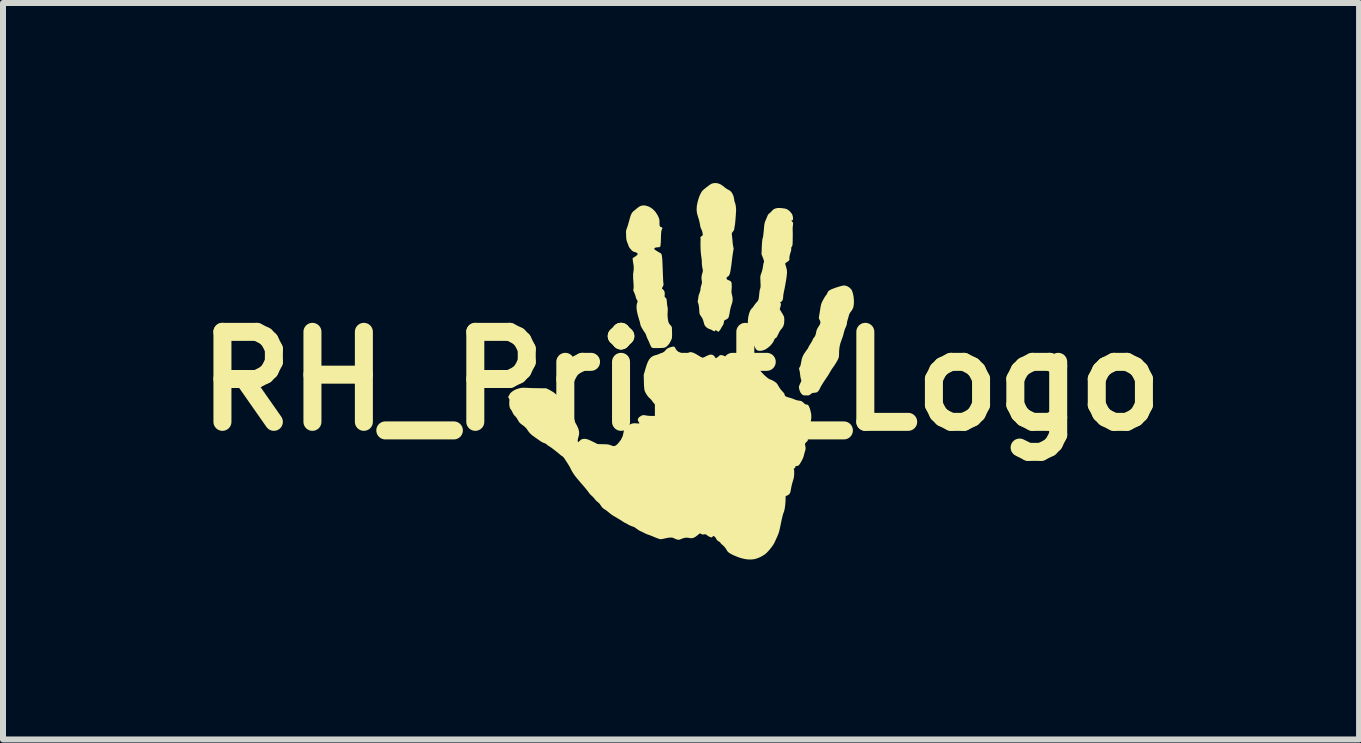
<source format=kicad_pcb>
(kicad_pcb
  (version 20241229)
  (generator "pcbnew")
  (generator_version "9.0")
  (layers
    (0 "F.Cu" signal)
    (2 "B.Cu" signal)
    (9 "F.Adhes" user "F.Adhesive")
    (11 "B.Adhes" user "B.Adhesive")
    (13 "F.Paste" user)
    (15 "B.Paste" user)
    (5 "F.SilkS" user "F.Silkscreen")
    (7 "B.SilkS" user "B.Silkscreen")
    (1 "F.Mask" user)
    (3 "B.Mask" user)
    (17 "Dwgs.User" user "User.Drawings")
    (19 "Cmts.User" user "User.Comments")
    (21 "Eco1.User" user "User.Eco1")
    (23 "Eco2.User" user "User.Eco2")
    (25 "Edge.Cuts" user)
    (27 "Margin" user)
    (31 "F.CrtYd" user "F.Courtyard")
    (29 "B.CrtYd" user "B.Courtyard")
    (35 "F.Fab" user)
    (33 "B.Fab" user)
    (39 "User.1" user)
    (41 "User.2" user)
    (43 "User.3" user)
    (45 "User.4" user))
  (footprint "RH_Print_Logo"
    (layer "F.Cu")
    (at 8.3 3.302)
    (property "Reference" "RH_Print_Logo" (at 0 0 0) (layer "F.SilkS") (effects (font (size 1.5 1.5) (thickness 0.3))))
    (attr board_only exclude_from_pos_files exclude_from_bom)
    (fp_poly (pts (xy 2.732 -1.593) (xy 2.77 -1.582) (xy 2.806 -1.56) (xy 2.836 -1.53) (xy 2.84 -1.524) (xy 2.856 -1.491) (xy 2.868 -1.447) (xy 2.877 -1.398) (xy 2.881 -1.345) (xy 2.881 -1.294) (xy 2.875 -1.249) (xy 2.87 -1.228) (xy 2.858 -1.2) (xy 2.841 -1.172) (xy 2.833 -1.162) (xy 2.816 -1.139) (xy 2.803 -1.113) (xy 2.8 -1.103) (xy 2.793 -1.079) (xy 2.785 -1.048) (xy 2.778 -1.027) (xy 2.77 -0.999) (xy 2.765 -0.973) (xy 2.764 -0.957) (xy 2.76 -0.937) (xy 2.751 -0.912) (xy 2.745 -0.899) (xy 2.734 -0.875) (xy 2.723 -0.844) (xy 2.714 -0.811) (xy 2.713 -0.806) (xy 2.704 -0.77) (xy 2.691 -0.729) (xy 2.677 -0.691) (xy 2.674 -0.684) (xy 2.655 -0.629) (xy 2.642 -0.572) (xy 2.635 -0.51) (xy 2.634 -0.461) (xy 2.633 -0.429) (xy 2.631 -0.405) (xy 2.625 -0.385) (xy 2.615 -0.362) (xy 2.606 -0.345) (xy 2.589 -0.314) (xy 2.567 -0.278) (xy 2.544 -0.244) (xy 2.537 -0.235) (xy 2.516 -0.205) (xy 2.497 -0.175) (xy 2.482 -0.149) (xy 2.477 -0.141) (xy 2.466 -0.121) (xy 2.449 -0.093) (xy 2.427 -0.061) (xy 2.405 -0.027) (xy 2.402 -0.024) (xy 2.378 0.012) (xy 2.355 0.049) (xy 2.334 0.083) (xy 2.32 0.11) (xy 2.32 0.111) (xy 2.303 0.145) (xy 2.287 0.168) (xy 2.271 0.182) (xy 2.252 0.19) (xy 2.226 0.193) (xy 2.223 0.193) (xy 2.196 0.197) (xy 2.178 0.203) (xy 2.163 0.214) (xy 2.16 0.217) (xy 2.149 0.228) (xy 2.137 0.234) (xy 2.121 0.237) (xy 2.096 0.238) (xy 2.087 0.238) (xy 2.059 0.238) (xy 2.041 0.236) (xy 2.028 0.23) (xy 2.016 0.22) (xy 2.009 0.214) (xy 1.992 0.191) (xy 1.978 0.16) (xy 1.968 0.128) (xy 1.965 0.099) (xy 1.966 0.088) (xy 1.972 0.071) (xy 1.982 0.047) (xy 1.99 0.03) (xy 2 0.008) (xy 2.005 -0.007) (xy 2.003 -0.02) (xy 1.999 -0.031) (xy 1.994 -0.05) (xy 1.989 -0.077) (xy 1.985 -0.108) (xy 1.984 -0.112) (xy 1.981 -0.142) (xy 1.976 -0.17) (xy 1.971 -0.189) (xy 1.971 -0.191) (xy 1.966 -0.207) (xy 1.969 -0.22) (xy 1.978 -0.234) (xy 1.988 -0.253) (xy 1.996 -0.281) (xy 2.003 -0.321) (xy 2.004 -0.324) (xy 2.013 -0.372) (xy 2.029 -0.416) (xy 2.053 -0.46) (xy 2.086 -0.507) (xy 2.095 -0.52) (xy 2.11 -0.539) (xy 2.119 -0.554) (xy 2.121 -0.56) (xy 2.125 -0.569) (xy 2.135 -0.587) (xy 2.149 -0.611) (xy 2.158 -0.624) (xy 2.173 -0.65) (xy 2.186 -0.672) (xy 2.193 -0.687) (xy 2.194 -0.69) (xy 2.198 -0.701) (xy 2.208 -0.717) (xy 2.211 -0.719) (xy 2.229 -0.744) (xy 2.241 -0.769) (xy 2.249 -0.799) (xy 2.252 -0.817) (xy 2.26 -0.849) (xy 2.273 -0.879) (xy 2.291 -0.907) (xy 2.312 -0.941) (xy 2.322 -0.968) (xy 2.322 -0.992) (xy 2.312 -1.016) (xy 2.309 -1.022) (xy 2.302 -1.034) (xy 2.298 -1.046) (xy 2.298 -1.06) (xy 2.3 -1.081) (xy 2.305 -1.106) (xy 2.311 -1.144) (xy 2.318 -1.188) (xy 2.324 -1.227) (xy 2.324 -1.227) (xy 2.33 -1.261) (xy 2.338 -1.29) (xy 2.35 -1.319) (xy 2.368 -1.354) (xy 2.384 -1.383) (xy 2.399 -1.408) (xy 2.412 -1.426) (xy 2.417 -1.433) (xy 2.429 -1.448) (xy 2.439 -1.469) (xy 2.439 -1.469) (xy 2.447 -1.488) (xy 2.46 -1.503) (xy 2.48 -1.517) (xy 2.507 -1.531) (xy 2.546 -1.546) (xy 2.594 -1.563) (xy 2.639 -1.577) (xy 2.673 -1.586) (xy 2.698 -1.592) (xy 2.717 -1.594)) (stroke (width 0) (type solid)) (fill yes) (layer "F.SilkS"))
    (fp_poly (pts (xy 1.659 -2.885) (xy 1.704 -2.88) (xy 1.737 -2.875) (xy 1.763 -2.866) (xy 1.785 -2.853) (xy 1.807 -2.835) (xy 1.816 -2.826) (xy 1.839 -2.8) (xy 1.853 -2.777) (xy 1.861 -2.752) (xy 1.861 -2.751) (xy 1.867 -2.718) (xy 1.865 -2.694) (xy 1.856 -2.68) (xy 1.847 -2.678) (xy 1.839 -2.677) (xy 1.84 -2.672) (xy 1.851 -2.66) (xy 1.852 -2.659) (xy 1.862 -2.648) (xy 1.867 -2.636) (xy 1.867 -2.62) (xy 1.865 -2.6) (xy 1.862 -2.573) (xy 1.86 -2.548) (xy 1.86 -2.537) (xy 1.861 -2.523) (xy 1.861 -2.497) (xy 1.862 -2.463) (xy 1.862 -2.422) (xy 1.861 -2.39) (xy 1.861 -2.344) (xy 1.86 -2.31) (xy 1.859 -2.285) (xy 1.857 -2.268) (xy 1.854 -2.257) (xy 1.849 -2.247) (xy 1.846 -2.244) (xy 1.836 -2.222) (xy 1.836 -2.209) (xy 1.837 -2.193) (xy 1.833 -2.171) (xy 1.831 -2.163) (xy 1.819 -2.127) (xy 1.811 -2.092) (xy 1.806 -2.063) (xy 1.806 -2.043) (xy 1.806 -2.041) (xy 1.807 -2.025) (xy 1.798 -2.009) (xy 1.778 -1.993) (xy 1.763 -1.983) (xy 1.745 -1.971) (xy 1.737 -1.962) (xy 1.737 -1.951) (xy 1.74 -1.94) (xy 1.753 -1.898) (xy 1.761 -1.865) (xy 1.765 -1.838) (xy 1.766 -1.813) (xy 1.766 -1.801) (xy 1.762 -1.767) (xy 1.757 -1.722) (xy 1.749 -1.672) (xy 1.74 -1.62) (xy 1.731 -1.57) (xy 1.722 -1.525) (xy 1.718 -1.507) (xy 1.711 -1.475) (xy 1.706 -1.444) (xy 1.703 -1.419) (xy 1.703 -1.415) (xy 1.7 -1.378) (xy 1.692 -1.349) (xy 1.68 -1.33) (xy 1.67 -1.325) (xy 1.656 -1.317) (xy 1.653 -1.307) (xy 1.659 -1.298) (xy 1.661 -1.297) (xy 1.666 -1.292) (xy 1.665 -1.28) (xy 1.661 -1.258) (xy 1.658 -1.246) (xy 1.645 -1.198) (xy 1.683 -1.135) (xy 1.7 -1.106) (xy 1.711 -1.085) (xy 1.717 -1.067) (xy 1.72 -1.049) (xy 1.721 -1.025) (xy 1.721 -1.014) (xy 1.717 -0.957) (xy 1.703 -0.912) (xy 1.681 -0.878) (xy 1.672 -0.869) (xy 1.657 -0.851) (xy 1.639 -0.822) (xy 1.621 -0.785) (xy 1.62 -0.784) (xy 1.605 -0.752) (xy 1.593 -0.731) (xy 1.583 -0.72) (xy 1.575 -0.716) (xy 1.561 -0.707) (xy 1.555 -0.694) (xy 1.541 -0.66) (xy 1.516 -0.623) (xy 1.484 -0.587) (xy 1.446 -0.555) (xy 1.406 -0.528) (xy 1.399 -0.525) (xy 1.364 -0.512) (xy 1.328 -0.505) (xy 1.294 -0.506) (xy 1.268 -0.514) (xy 1.264 -0.517) (xy 1.248 -0.534) (xy 1.231 -0.564) (xy 1.212 -0.607) (xy 1.192 -0.664) (xy 1.191 -0.665) (xy 1.179 -0.699) (xy 1.166 -0.73) (xy 1.153 -0.755) (xy 1.148 -0.763) (xy 1.138 -0.779) (xy 1.131 -0.796) (xy 1.125 -0.819) (xy 1.121 -0.85) (xy 1.118 -0.868) (xy 1.113 -0.94) (xy 1.114 -1.008) (xy 1.121 -1.071) (xy 1.134 -1.126) (xy 1.151 -1.172) (xy 1.174 -1.207) (xy 1.18 -1.213) (xy 1.198 -1.232) (xy 1.213 -1.252) (xy 1.217 -1.259) (xy 1.228 -1.276) (xy 1.245 -1.297) (xy 1.259 -1.313) (xy 1.273 -1.328) (xy 1.283 -1.343) (xy 1.29 -1.359) (xy 1.295 -1.38) (xy 1.299 -1.409) (xy 1.303 -1.448) (xy 1.305 -1.465) (xy 1.308 -1.496) (xy 1.313 -1.522) (xy 1.318 -1.54) (xy 1.319 -1.543) (xy 1.323 -1.555) (xy 1.325 -1.573) (xy 1.326 -1.601) (xy 1.324 -1.641) (xy 1.324 -1.655) (xy 1.322 -1.694) (xy 1.321 -1.722) (xy 1.322 -1.743) (xy 1.325 -1.761) (xy 1.33 -1.778) (xy 1.338 -1.798) (xy 1.338 -1.799) (xy 1.35 -1.834) (xy 1.359 -1.873) (xy 1.364 -1.9) (xy 1.368 -1.93) (xy 1.373 -1.957) (xy 1.378 -1.975) (xy 1.382 -1.987) (xy 1.383 -1.999) (xy 1.379 -2.015) (xy 1.371 -2.039) (xy 1.364 -2.057) (xy 1.341 -2.116) (xy 1.346 -2.24) (xy 1.348 -2.282) (xy 1.351 -2.319) (xy 1.354 -2.35) (xy 1.357 -2.371) (xy 1.359 -2.378) (xy 1.363 -2.388) (xy 1.367 -2.405) (xy 1.37 -2.429) (xy 1.374 -2.464) (xy 1.379 -2.509) (xy 1.384 -2.567) (xy 1.384 -2.57) (xy 1.389 -2.611) (xy 1.396 -2.644) (xy 1.407 -2.675) (xy 1.412 -2.685) (xy 1.424 -2.713) (xy 1.435 -2.74) (xy 1.442 -2.758) (xy 1.453 -2.778) (xy 1.466 -2.792) (xy 1.468 -2.793) (xy 1.483 -2.804) (xy 1.501 -2.822) (xy 1.509 -2.831) (xy 1.536 -2.859) (xy 1.568 -2.876) (xy 1.606 -2.885) (xy 1.654 -2.885)) (stroke (width 0) (type solid)) (fill yes) (layer "F.SilkS"))
    (fp_poly (pts (xy 0.613 -3.297) (xy 0.652 -3.283) (xy 0.693 -3.257) (xy 0.726 -3.231) (xy 0.75 -3.212) (xy 0.774 -3.197) (xy 0.789 -3.19) (xy 0.82 -3.171) (xy 0.847 -3.141) (xy 0.867 -3.102) (xy 0.876 -3.076) (xy 0.882 -3.049) (xy 0.886 -3.026) (xy 0.888 -3.013) (xy 0.891 -2.992) (xy 0.898 -2.979) (xy 0.903 -2.963) (xy 0.909 -2.938) (xy 0.914 -2.907) (xy 0.917 -2.876) (xy 0.918 -2.851) (xy 0.916 -2.821) (xy 0.914 -2.784) (xy 0.911 -2.742) (xy 0.908 -2.7) (xy 0.904 -2.661) (xy 0.901 -2.626) (xy 0.898 -2.601) (xy 0.895 -2.588) (xy 0.89 -2.563) (xy 0.888 -2.541) (xy 0.888 -2.538) (xy 0.882 -2.517) (xy 0.866 -2.493) (xy 0.865 -2.492) (xy 0.851 -2.474) (xy 0.846 -2.459) (xy 0.847 -2.44) (xy 0.85 -2.422) (xy 0.852 -2.394) (xy 0.856 -2.36) (xy 0.858 -2.335) (xy 0.861 -2.3) (xy 0.865 -2.269) (xy 0.869 -2.246) (xy 0.872 -2.235) (xy 0.877 -2.207) (xy 0.874 -2.188) (xy 0.871 -2.173) (xy 0.866 -2.146) (xy 0.861 -2.11) (xy 0.855 -2.068) (xy 0.849 -2.022) (xy 0.848 -2.012) (xy 0.84 -1.944) (xy 0.832 -1.89) (xy 0.825 -1.846) (xy 0.819 -1.813) (xy 0.812 -1.788) (xy 0.805 -1.77) (xy 0.797 -1.757) (xy 0.787 -1.748) (xy 0.778 -1.742) (xy 0.763 -1.732) (xy 0.759 -1.718) (xy 0.759 -1.712) (xy 0.764 -1.698) (xy 0.776 -1.688) (xy 0.792 -1.682) (xy 0.816 -1.672) (xy 0.831 -1.661) (xy 0.84 -1.646) (xy 0.844 -1.624) (xy 0.845 -1.591) (xy 0.845 -1.587) (xy 0.845 -1.557) (xy 0.843 -1.53) (xy 0.841 -1.511) (xy 0.841 -1.508) (xy 0.84 -1.491) (xy 0.843 -1.467) (xy 0.848 -1.443) (xy 0.859 -1.392) (xy 0.86 -1.347) (xy 0.852 -1.304) (xy 0.843 -1.278) (xy 0.834 -1.25) (xy 0.824 -1.213) (xy 0.816 -1.174) (xy 0.812 -1.151) (xy 0.806 -1.117) (xy 0.799 -1.087) (xy 0.793 -1.065) (xy 0.789 -1.055) (xy 0.776 -1.042) (xy 0.755 -1.028) (xy 0.746 -1.024) (xy 0.727 -1.014) (xy 0.718 -1.005) (xy 0.715 -0.992) (xy 0.714 -0.982) (xy 0.71 -0.957) (xy 0.701 -0.938) (xy 0.69 -0.92) (xy 0.676 -0.898) (xy 0.671 -0.888) (xy 0.658 -0.864) (xy 0.643 -0.843) (xy 0.63 -0.828) (xy 0.621 -0.823) (xy 0.613 -0.827) (xy 0.599 -0.837) (xy 0.599 -0.837) (xy 0.582 -0.849) (xy 0.573 -0.85) (xy 0.57 -0.841) (xy 0.57 -0.841) (xy 0.565 -0.832) (xy 0.552 -0.832) (xy 0.532 -0.84) (xy 0.528 -0.843) (xy 0.51 -0.854) (xy 0.485 -0.864) (xy 0.471 -0.869) (xy 0.438 -0.885) (xy 0.41 -0.909) (xy 0.391 -0.936) (xy 0.386 -0.951) (xy 0.373 -0.999) (xy 0.36 -1.037) (xy 0.343 -1.067) (xy 0.334 -1.08) (xy 0.322 -1.096) (xy 0.315 -1.11) (xy 0.309 -1.125) (xy 0.306 -1.145) (xy 0.304 -1.173) (xy 0.303 -1.195) (xy 0.298 -1.242) (xy 0.293 -1.277) (xy 0.286 -1.298) (xy 0.278 -1.318) (xy 0.279 -1.339) (xy 0.281 -1.348) (xy 0.286 -1.373) (xy 0.289 -1.397) (xy 0.289 -1.399) (xy 0.291 -1.418) (xy 0.299 -1.444) (xy 0.307 -1.465) (xy 0.316 -1.492) (xy 0.323 -1.519) (xy 0.325 -1.534) (xy 0.327 -1.555) (xy 0.333 -1.582) (xy 0.339 -1.602) (xy 0.347 -1.63) (xy 0.349 -1.651) (xy 0.346 -1.668) (xy 0.34 -1.714) (xy 0.345 -1.764) (xy 0.353 -1.795) (xy 0.361 -1.82) (xy 0.363 -1.84) (xy 0.362 -1.859) (xy 0.356 -1.885) (xy 0.351 -1.918) (xy 0.347 -1.954) (xy 0.347 -1.974) (xy 0.346 -2.001) (xy 0.343 -2.037) (xy 0.338 -2.074) (xy 0.336 -2.086) (xy 0.331 -2.126) (xy 0.327 -2.176) (xy 0.325 -2.231) (xy 0.324 -2.287) (xy 0.325 -2.339) (xy 0.326 -2.353) (xy 0.326 -2.374) (xy 0.323 -2.389) (xy 0.322 -2.39) (xy 0.323 -2.401) (xy 0.336 -2.411) (xy 0.352 -2.422) (xy 0.361 -2.432) (xy 0.362 -2.446) (xy 0.359 -2.469) (xy 0.353 -2.495) (xy 0.344 -2.52) (xy 0.335 -2.539) (xy 0.328 -2.555) (xy 0.321 -2.58) (xy 0.316 -2.608) (xy 0.311 -2.638) (xy 0.302 -2.675) (xy 0.291 -2.714) (xy 0.284 -2.735) (xy 0.272 -2.776) (xy 0.264 -2.809) (xy 0.261 -2.839) (xy 0.26 -2.866) (xy 0.263 -2.917) (xy 0.273 -2.972) (xy 0.288 -3.029) (xy 0.307 -3.084) (xy 0.329 -3.131) (xy 0.351 -3.167) (xy 0.365 -3.182) (xy 0.388 -3.202) (xy 0.416 -3.225) (xy 0.447 -3.248) (xy 0.476 -3.27) (xy 0.501 -3.286) (xy 0.509 -3.29) (xy 0.531 -3.297) (xy 0.561 -3.301) (xy 0.574 -3.302)) (stroke (width 0) (type solid)) (fill yes) (layer "F.SilkS"))
    (fp_poly (pts (xy -0.6 -2.928) (xy -0.551 -2.914) (xy -0.522 -2.902) (xy -0.473 -2.869) (xy -0.429 -2.825) (xy -0.392 -2.768) (xy -0.383 -2.75) (xy -0.369 -2.719) (xy -0.362 -2.695) (xy -0.359 -2.673) (xy -0.359 -2.656) (xy -0.359 -2.619) (xy -0.357 -2.594) (xy -0.351 -2.578) (xy -0.34 -2.57) (xy -0.332 -2.567) (xy -0.316 -2.561) (xy -0.311 -2.551) (xy -0.316 -2.534) (xy -0.322 -2.523) (xy -0.326 -2.51) (xy -0.33 -2.491) (xy -0.332 -2.463) (xy -0.334 -2.425) (xy -0.335 -2.376) (xy -0.337 -2.321) (xy -0.34 -2.281) (xy -0.343 -2.254) (xy -0.347 -2.241) (xy -0.347 -2.241) (xy -0.36 -2.234) (xy -0.384 -2.23) (xy -0.389 -2.23) (xy -0.418 -2.228) (xy -0.437 -2.22) (xy -0.446 -2.209) (xy -0.443 -2.197) (xy -0.433 -2.188) (xy -0.414 -2.175) (xy -0.39 -2.161) (xy -0.389 -2.16) (xy -0.365 -2.146) (xy -0.344 -2.134) (xy -0.332 -2.125) (xy -0.332 -2.125) (xy -0.327 -2.117) (xy -0.322 -2.102) (xy -0.318 -2.079) (xy -0.314 -2.048) (xy -0.311 -2.007) (xy -0.309 -1.955) (xy -0.306 -1.89) (xy -0.304 -1.826) (xy -0.302 -1.774) (xy -0.3 -1.727) (xy -0.298 -1.686) (xy -0.296 -1.653) (xy -0.294 -1.631) (xy -0.292 -1.621) (xy -0.291 -1.606) (xy -0.3 -1.583) (xy -0.304 -1.576) (xy -0.314 -1.557) (xy -0.317 -1.546) (xy -0.314 -1.539) (xy -0.307 -1.533) (xy -0.284 -1.511) (xy -0.273 -1.483) (xy -0.271 -1.447) (xy -0.272 -1.443) (xy -0.274 -1.419) (xy -0.272 -1.405) (xy -0.267 -1.396) (xy -0.258 -1.39) (xy -0.249 -1.383) (xy -0.244 -1.373) (xy -0.24 -1.358) (xy -0.237 -1.333) (xy -0.236 -1.315) (xy -0.233 -1.283) (xy -0.229 -1.254) (xy -0.225 -1.232) (xy -0.224 -1.228) (xy -0.221 -1.203) (xy -0.222 -1.169) (xy -0.223 -1.154) (xy -0.225 -1.119) (xy -0.224 -1.079) (xy -0.22 -1.039) (xy -0.214 -1.002) (xy -0.206 -0.974) (xy -0.203 -0.967) (xy -0.191 -0.95) (xy -0.176 -0.931) (xy -0.172 -0.927) (xy -0.164 -0.918) (xy -0.158 -0.909) (xy -0.154 -0.897) (xy -0.152 -0.879) (xy -0.151 -0.854) (xy -0.15 -0.817) (xy -0.15 -0.812) (xy -0.149 -0.773) (xy -0.15 -0.745) (xy -0.151 -0.724) (xy -0.155 -0.708) (xy -0.161 -0.692) (xy -0.167 -0.677) (xy -0.196 -0.625) (xy -0.229 -0.587) (xy -0.252 -0.569) (xy -0.264 -0.562) (xy -0.277 -0.558) (xy -0.294 -0.555) (xy -0.319 -0.553) (xy -0.354 -0.552) (xy -0.377 -0.551) (xy -0.418 -0.551) (xy -0.447 -0.551) (xy -0.466 -0.553) (xy -0.479 -0.555) (xy -0.487 -0.56) (xy -0.491 -0.563) (xy -0.5 -0.577) (xy -0.511 -0.599) (xy -0.519 -0.616) (xy -0.531 -0.647) (xy -0.546 -0.68) (xy -0.555 -0.698) (xy -0.567 -0.724) (xy -0.576 -0.749) (xy -0.581 -0.764) (xy -0.588 -0.783) (xy -0.601 -0.806) (xy -0.612 -0.821) (xy -0.632 -0.851) (xy -0.651 -0.882) (xy -0.666 -0.911) (xy -0.676 -0.935) (xy -0.678 -0.948) (xy -0.681 -0.961) (xy -0.686 -0.984) (xy -0.695 -1.014) (xy -0.703 -1.039) (xy -0.724 -1.114) (xy -0.737 -1.177) (xy -0.742 -1.231) (xy -0.739 -1.276) (xy -0.729 -1.311) (xy -0.723 -1.327) (xy -0.726 -1.34) (xy -0.735 -1.354) (xy -0.747 -1.376) (xy -0.755 -1.402) (xy -0.755 -1.404) (xy -0.761 -1.426) (xy -0.771 -1.454) (xy -0.78 -1.475) (xy -0.791 -1.5) (xy -0.796 -1.517) (xy -0.795 -1.531) (xy -0.793 -1.535) (xy -0.79 -1.553) (xy -0.79 -1.584) (xy -0.792 -1.629) (xy -0.794 -1.659) (xy -0.798 -1.707) (xy -0.799 -1.745) (xy -0.799 -1.776) (xy -0.796 -1.805) (xy -0.793 -1.825) (xy -0.789 -1.862) (xy -0.788 -1.892) (xy -0.79 -1.924) (xy -0.793 -1.944) (xy -0.8 -1.985) (xy -0.804 -2.014) (xy -0.806 -2.033) (xy -0.806 -2.045) (xy -0.803 -2.052) (xy -0.798 -2.057) (xy -0.789 -2.061) (xy -0.786 -2.062) (xy -0.76 -2.079) (xy -0.738 -2.096) (xy -0.725 -2.111) (xy -0.722 -2.119) (xy -0.728 -2.131) (xy -0.746 -2.143) (xy -0.77 -2.152) (xy -0.78 -2.154) (xy -0.797 -2.16) (xy -0.815 -2.173) (xy -0.836 -2.195) (xy -0.839 -2.199) (xy -0.856 -2.22) (xy -0.868 -2.238) (xy -0.873 -2.248) (xy -0.873 -2.249) (xy -0.876 -2.26) (xy -0.883 -2.28) (xy -0.892 -2.301) (xy -0.903 -2.329) (xy -0.91 -2.358) (xy -0.914 -2.395) (xy -0.914 -2.407) (xy -0.916 -2.45) (xy -0.917 -2.481) (xy -0.916 -2.504) (xy -0.913 -2.52) (xy -0.909 -2.533) (xy -0.905 -2.541) (xy -0.9 -2.556) (xy -0.891 -2.581) (xy -0.881 -2.614) (xy -0.871 -2.65) (xy -0.869 -2.657) (xy -0.855 -2.708) (xy -0.843 -2.748) (xy -0.832 -2.778) (xy -0.82 -2.8) (xy -0.807 -2.818) (xy -0.792 -2.833) (xy -0.787 -2.837) (xy -0.762 -2.857) (xy -0.736 -2.879) (xy -0.725 -2.888) (xy -0.685 -2.915) (xy -0.644 -2.928)) (stroke (width 0) (type solid)) (fill yes) (layer "F.SilkS"))
    (fp_poly (pts (xy -0.114 -0.574) (xy -0.104 -0.566) (xy -0.096 -0.55) (xy -0.094 -0.545) (xy -0.073 -0.514) (xy -0.043 -0.489) (xy -0.006 -0.473) (xy -0.004 -0.472) (xy 0.017 -0.465) (xy 0.039 -0.452) (xy 0.043 -0.45) (xy 0.065 -0.437) (xy 0.079 -0.434) (xy 0.088 -0.441) (xy 0.089 -0.444) (xy 0.1 -0.457) (xy 0.12 -0.47) (xy 0.143 -0.48) (xy 0.162 -0.484) (xy 0.187 -0.479) (xy 0.221 -0.466) (xy 0.259 -0.446) (xy 0.301 -0.42) (xy 0.302 -0.419) (xy 0.325 -0.405) (xy 0.345 -0.394) (xy 0.357 -0.39) (xy 0.357 -0.39) (xy 0.369 -0.393) (xy 0.389 -0.401) (xy 0.414 -0.413) (xy 0.418 -0.416) (xy 0.459 -0.434) (xy 0.492 -0.443) (xy 0.519 -0.44) (xy 0.542 -0.428) (xy 0.548 -0.423) (xy 0.562 -0.407) (xy 0.569 -0.395) (xy 0.57 -0.392) (xy 0.575 -0.383) (xy 0.578 -0.383) (xy 0.589 -0.387) (xy 0.605 -0.397) (xy 0.623 -0.41) (xy 0.635 -0.421) (xy 0.637 -0.424) (xy 0.65 -0.433) (xy 0.672 -0.434) (xy 0.698 -0.429) (xy 0.725 -0.418) (xy 0.75 -0.404) (xy 0.768 -0.386) (xy 0.787 -0.366) (xy 0.808 -0.349) (xy 0.81 -0.347) (xy 0.829 -0.338) (xy 0.845 -0.336) (xy 0.863 -0.34) (xy 0.906 -0.348) (xy 0.95 -0.348) (xy 0.989 -0.341) (xy 1.008 -0.334) (xy 1.031 -0.324) (xy 1.058 -0.319) (xy 1.091 -0.318) (xy 1.121 -0.317) (xy 1.15 -0.314) (xy 1.169 -0.31) (xy 1.203 -0.295) (xy 1.239 -0.268) (xy 1.276 -0.231) (xy 1.309 -0.189) (xy 1.334 -0.157) (xy 1.364 -0.125) (xy 1.396 -0.093) (xy 1.428 -0.065) (xy 1.457 -0.043) (xy 1.482 -0.029) (xy 1.492 -0.026) (xy 1.51 -0.019) (xy 1.534 -0.007) (xy 1.557 0.007) (xy 1.582 0.024) (xy 1.6 0.043) (xy 1.616 0.067) (xy 1.625 0.084) (xy 1.644 0.115) (xy 1.667 0.146) (xy 1.688 0.169) (xy 1.709 0.192) (xy 1.722 0.211) (xy 1.725 0.221) (xy 1.731 0.242) (xy 1.75 0.257) (xy 1.777 0.267) (xy 1.82 0.279) (xy 1.859 0.292) (xy 1.89 0.304) (xy 1.901 0.309) (xy 1.92 0.315) (xy 1.946 0.322) (xy 1.967 0.325) (xy 1.994 0.329) (xy 2.012 0.336) (xy 2.028 0.348) (xy 2.041 0.36) (xy 2.061 0.379) (xy 2.079 0.388) (xy 2.091 0.39) (xy 2.106 0.392) (xy 2.118 0.399) (xy 2.128 0.413) (xy 2.139 0.437) (xy 2.152 0.472) (xy 2.153 0.478) (xy 2.169 0.543) (xy 2.172 0.611) (xy 2.161 0.681) (xy 2.155 0.707) (xy 2.142 0.756) (xy 2.131 0.806) (xy 2.122 0.854) (xy 2.115 0.897) (xy 2.111 0.932) (xy 2.111 0.957) (xy 2.112 0.961) (xy 2.114 0.979) (xy 2.11 0.992) (xy 2.1 1.006) (xy 2.089 1.015) (xy 2.073 1.032) (xy 2.066 1.045) (xy 2.066 1.059) (xy 2.067 1.06) (xy 2.073 1.092) (xy 2.076 1.116) (xy 2.075 1.136) (xy 2.069 1.158) (xy 2.065 1.171) (xy 2.057 1.2) (xy 2.05 1.227) (xy 2.046 1.243) (xy 2.04 1.263) (xy 2.029 1.291) (xy 2.014 1.321) (xy 1.997 1.352) (xy 1.981 1.378) (xy 1.967 1.397) (xy 1.961 1.404) (xy 1.941 1.412) (xy 1.925 1.415) (xy 1.91 1.417) (xy 1.905 1.427) (xy 1.905 1.432) (xy 1.9 1.448) (xy 1.89 1.453) (xy 1.879 1.459) (xy 1.88 1.47) (xy 1.881 1.47) (xy 1.884 1.483) (xy 1.886 1.507) (xy 1.886 1.535) (xy 1.886 1.541) (xy 1.884 1.578) (xy 1.879 1.613) (xy 1.868 1.652) (xy 1.863 1.668) (xy 1.852 1.706) (xy 1.842 1.746) (xy 1.835 1.782) (xy 1.833 1.793) (xy 1.826 1.834) (xy 1.817 1.863) (xy 1.804 1.884) (xy 1.785 1.898) (xy 1.773 1.904) (xy 1.743 1.917) (xy 1.742 1.982) (xy 1.74 2.022) (xy 1.736 2.065) (xy 1.731 2.106) (xy 1.724 2.144) (xy 1.716 2.175) (xy 1.708 2.194) (xy 1.708 2.195) (xy 1.703 2.207) (xy 1.696 2.231) (xy 1.688 2.264) (xy 1.678 2.305) (xy 1.669 2.35) (xy 1.664 2.371) (xy 1.654 2.422) (xy 1.645 2.464) (xy 1.637 2.498) (xy 1.628 2.528) (xy 1.617 2.558) (xy 1.604 2.589) (xy 1.587 2.626) (xy 1.566 2.672) (xy 1.555 2.696) (xy 1.538 2.725) (xy 1.513 2.761) (xy 1.484 2.799) (xy 1.453 2.834) (xy 1.423 2.865) (xy 1.404 2.882) (xy 1.366 2.907) (xy 1.321 2.932) (xy 1.273 2.952) (xy 1.23 2.965) (xy 1.227 2.966) (xy 1.178 2.972) (xy 1.121 2.972) (xy 1.071 2.966) (xy 1.026 2.956) (xy 0.979 2.943) (xy 0.931 2.925) (xy 0.885 2.906) (xy 0.843 2.886) (xy 0.809 2.866) (xy 0.784 2.848) (xy 0.773 2.835) (xy 0.752 2.801) (xy 0.736 2.777) (xy 0.722 2.759) (xy 0.707 2.744) (xy 0.692 2.731) (xy 0.673 2.715) (xy 0.661 2.702) (xy 0.657 2.694) (xy 0.651 2.686) (xy 0.636 2.675) (xy 0.627 2.67) (xy 0.602 2.653) (xy 0.587 2.629) (xy 0.587 2.628) (xy 0.575 2.607) (xy 0.559 2.591) (xy 0.556 2.589) (xy 0.541 2.581) (xy 0.533 2.582) (xy 0.526 2.592) (xy 0.517 2.602) (xy 0.507 2.604) (xy 0.488 2.6) (xy 0.466 2.59) (xy 0.442 2.575) (xy 0.436 2.57) (xy 0.417 2.556) (xy 0.402 2.551) (xy 0.394 2.553) (xy 0.365 2.557) (xy 0.339 2.55) (xy 0.332 2.544) (xy 0.324 2.539) (xy 0.317 2.538) (xy 0.306 2.543) (xy 0.29 2.555) (xy 0.274 2.569) (xy 0.238 2.596) (xy 0.206 2.612) (xy 0.176 2.618) (xy 0.144 2.615) (xy 0.136 2.613) (xy 0.092 2.608) (xy 0.048 2.614) (xy 0.002 2.631) (xy -0.021 2.64) (xy -0.037 2.644) (xy -0.052 2.643) (xy -0.07 2.638) (xy -0.094 2.63) (xy -0.113 2.621) (xy -0.119 2.617) (xy -0.14 2.609) (xy -0.172 2.606) (xy -0.212 2.61) (xy -0.258 2.619) (xy -0.263 2.62) (xy -0.293 2.627) (xy -0.32 2.632) (xy -0.339 2.635) (xy -0.341 2.635) (xy -0.356 2.632) (xy -0.38 2.624) (xy -0.41 2.613) (xy -0.435 2.603) (xy -0.468 2.589) (xy -0.5 2.576) (xy -0.525 2.566) (xy -0.538 2.562) (xy -0.561 2.554) (xy -0.589 2.542) (xy -0.606 2.534) (xy -0.635 2.519) (xy -0.665 2.505) (xy -0.68 2.498) (xy -0.706 2.484) (xy -0.734 2.465) (xy -0.743 2.457) (xy -0.781 2.432) (xy -0.812 2.421) (xy -0.841 2.41) (xy -0.871 2.396) (xy -0.883 2.389) (xy -0.902 2.377) (xy -0.917 2.369) (xy -0.922 2.367) (xy -0.931 2.364) (xy -0.948 2.354) (xy -0.97 2.34) (xy -0.971 2.34) (xy -0.993 2.325) (xy -1.015 2.311) (xy -1.04 2.296) (xy -1.07 2.278) (xy -1.109 2.255) (xy -1.124 2.247) (xy -1.151 2.229) (xy -1.181 2.207) (xy -1.204 2.188) (xy -1.231 2.166) (xy -1.259 2.146) (xy -1.281 2.132) (xy -1.31 2.11) (xy -1.332 2.081) (xy -1.337 2.073) (xy -1.362 2.038) (xy -1.39 2.013) (xy -1.412 1.995) (xy -1.432 1.973) (xy -1.439 1.964) (xy -1.456 1.943) (xy -1.477 1.921) (xy -1.487 1.912) (xy -1.509 1.892) (xy -1.531 1.866) (xy -1.541 1.852) (xy -1.553 1.835) (xy -1.573 1.81) (xy -1.599 1.778) (xy -1.628 1.744) (xy -1.659 1.708) (xy -1.66 1.707) (xy -1.704 1.656) (xy -1.74 1.613) (xy -1.769 1.576) (xy -1.792 1.543) (xy -1.812 1.512) (xy -1.829 1.48) (xy -1.838 1.463) (xy -1.853 1.432) (xy -1.871 1.402) (xy -1.886 1.378) (xy -1.886 1.378) (xy -1.902 1.352) (xy -1.922 1.323) (xy -1.934 1.303) (xy -1.95 1.28) (xy -1.967 1.261) (xy -1.979 1.251) (xy -1.995 1.241) (xy -2.016 1.225) (xy -2.034 1.209) (xy -2.062 1.186) (xy -2.095 1.16) (xy -2.128 1.134) (xy -2.16 1.11) (xy -2.187 1.092) (xy -2.205 1.081) (xy -2.224 1.069) (xy -2.237 1.057) (xy -2.238 1.056) (xy -2.251 1.045) (xy -2.271 1.036) (xy -2.278 1.033) (xy -2.3 1.025) (xy -2.327 1.01) (xy -2.354 0.993) (xy -2.354 0.992) (xy -2.384 0.971) (xy -2.418 0.948) (xy -2.443 0.93) (xy -2.483 0.901) (xy -2.513 0.874) (xy -2.538 0.845) (xy -2.559 0.814) (xy -2.579 0.787) (xy -2.603 0.762) (xy -2.637 0.735) (xy -2.64 0.733) (xy -2.669 0.712) (xy -2.688 0.695) (xy -2.702 0.677) (xy -2.715 0.655) (xy -2.72 0.647) (xy -2.735 0.62) (xy -2.752 0.597) (xy -2.765 0.584) (xy -2.782 0.567) (xy -2.799 0.54) (xy -2.807 0.524) (xy -2.818 0.5) (xy -2.83 0.48) (xy -2.838 0.471) (xy -2.849 0.454) (xy -2.857 0.428) (xy -2.862 0.395) (xy -2.863 0.361) (xy -2.862 0.346) (xy -2.86 0.319) (xy -2.861 0.302) (xy -2.868 0.288) (xy -2.871 0.283) (xy -2.88 0.269) (xy -2.88 0.26) (xy -2.873 0.248) (xy -2.871 0.246) (xy -2.861 0.231) (xy -2.857 0.22) (xy -2.852 0.208) (xy -2.836 0.192) (xy -2.814 0.174) (xy -2.789 0.157) (xy -2.763 0.142) (xy -2.751 0.137) (xy -2.706 0.122) (xy -2.666 0.113) (xy -2.624 0.11) (xy -2.576 0.111) (xy -2.562 0.112) (xy -2.527 0.114) (xy -2.482 0.116) (xy -2.433 0.117) (xy -2.384 0.118) (xy -2.367 0.118) (xy -2.248 0.119) (xy -2.185 0.15) (xy -2.124 0.186) (xy -2.067 0.233) (xy -2.012 0.292) (xy -1.981 0.331) (xy -1.945 0.38) (xy -1.919 0.422) (xy -1.902 0.458) (xy -1.893 0.491) (xy -1.891 0.52) (xy -1.89 0.545) (xy -1.886 0.559) (xy -1.879 0.566) (xy -1.878 0.566) (xy -1.866 0.572) (xy -1.846 0.584) (xy -1.822 0.599) (xy -1.82 0.601) (xy -1.796 0.618) (xy -1.782 0.631) (xy -1.776 0.643) (xy -1.775 0.649) (xy -1.771 0.668) (xy -1.763 0.689) (xy -1.761 0.693) (xy -1.732 0.746) (xy -1.712 0.792) (xy -1.701 0.831) (xy -1.698 0.868) (xy -1.703 0.904) (xy -1.706 0.917) (xy -1.717 0.956) (xy -1.722 0.984) (xy -1.722 1.002) (xy -1.718 1.011) (xy -1.715 1.013) (xy -1.703 1.01) (xy -1.693 0.999) (xy -1.669 0.976) (xy -1.636 0.963) (xy -1.597 0.962) (xy -1.573 0.966) (xy -1.544 0.975) (xy -1.507 0.991) (xy -1.474 1.007) (xy -1.389 1.049) (xy -1.298 1.051) (xy -1.255 1.052) (xy -1.224 1.054) (xy -1.201 1.058) (xy -1.182 1.064) (xy -1.172 1.068) (xy -1.142 1.079) (xy -1.119 1.083) (xy -1.098 1.078) (xy -1.076 1.064) (xy -1.05 1.039) (xy -1.045 1.033) (xy -1.002 0.978) (xy -0.973 0.918) (xy -0.957 0.851) (xy -0.954 0.828) (xy -0.952 0.804) (xy -0.948 0.786) (xy -0.945 0.78) (xy -0.945 0.78) (xy -0.937 0.776) (xy -0.92 0.766) (xy -0.898 0.751) (xy -0.894 0.748) (xy -0.857 0.725) (xy -0.826 0.71) (xy -0.796 0.703) (xy -0.763 0.702) (xy -0.743 0.704) (xy -0.718 0.705) (xy -0.7 0.705) (xy -0.693 0.703) (xy -0.693 0.703) (xy -0.697 0.693) (xy -0.707 0.679) (xy -0.707 0.678) (xy -0.72 0.655) (xy -0.719 0.632) (xy -0.705 0.608) (xy -0.693 0.597) (xy -0.659 0.574) (xy -0.624 0.565) (xy -0.588 0.571) (xy -0.587 0.571) (xy -0.566 0.575) (xy -0.534 0.578) (xy -0.493 0.58) (xy -0.467 0.58) (xy -0.375 0.58) (xy -0.35 0.555) (xy -0.334 0.539) (xy -0.326 0.524) (xy -0.326 0.509) (xy -0.335 0.492) (xy -0.353 0.47) (xy -0.381 0.441) (xy -0.393 0.43) (xy -0.42 0.402) (xy -0.446 0.375) (xy -0.466 0.352) (xy -0.479 0.335) (xy -0.479 0.335) (xy -0.494 0.313) (xy -0.512 0.295) (xy -0.517 0.29) (xy -0.536 0.273) (xy -0.558 0.246) (xy -0.579 0.215) (xy -0.596 0.184) (xy -0.605 0.164) (xy -0.61 0.144) (xy -0.614 0.114) (xy -0.617 0.074) (xy -0.619 0.02) (xy -0.619 0.014) (xy -0.622 -0.105) (xy -0.595 -0.198) (xy -0.576 -0.262) (xy -0.556 -0.314) (xy -0.536 -0.354) (xy -0.513 -0.384) (xy -0.487 -0.407) (xy -0.456 -0.423) (xy -0.425 -0.433) (xy -0.402 -0.439) (xy -0.372 -0.449) (xy -0.341 -0.46) (xy -0.34 -0.46) (xy -0.309 -0.474) (xy -0.286 -0.487) (xy -0.266 -0.505) (xy -0.259 -0.514) (xy -0.239 -0.535) (xy -0.219 -0.549) (xy -0.193 -0.56) (xy -0.183 -0.563) (xy -0.15 -0.572) (xy -0.129 -0.576)) (stroke (width 0) (type solid)) (fill yes) (layer "F.SilkS")))
  (gr_rect
    (start -3 -3)
    (end 19.6 9.274)
    (stroke (width 0.1) (type default))
    (fill no)
    (layer "Edge.Cuts")))
</source>
